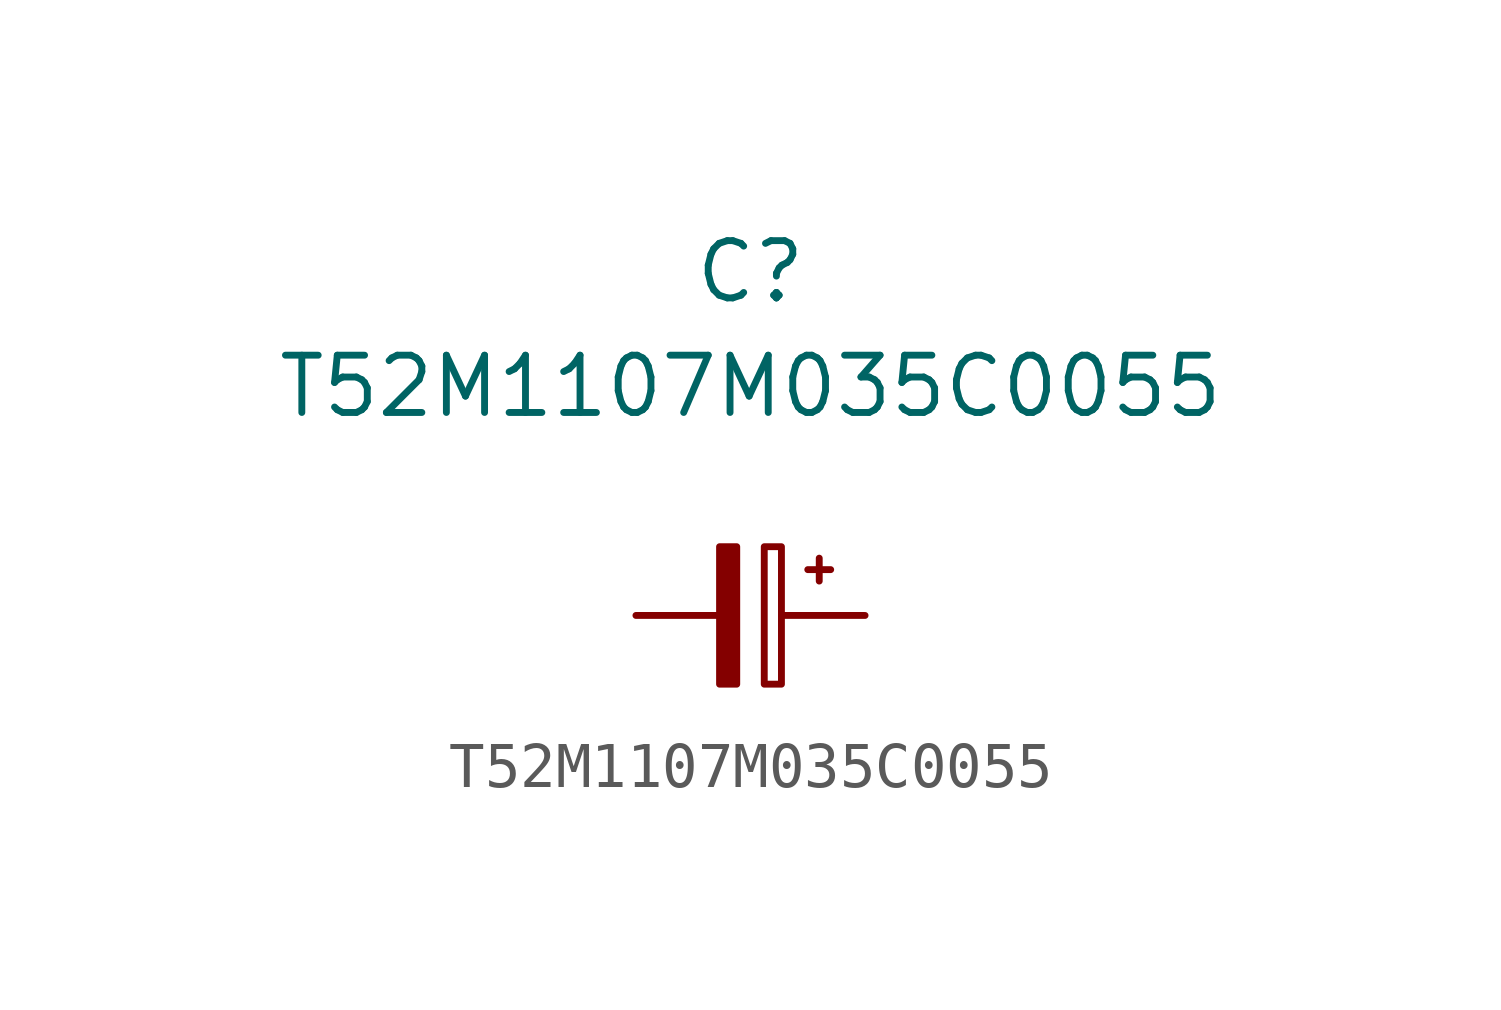
<source format=kicad_sym>
(kicad_symbol_lib
  (version 20241209)
  (generator "kicad_symbol_editor")
  (generator_version "9.0")
  (symbol "T52M1107M035C0055"
    (pin_numbers
      (hide yes))
    (pin_names
      (hide yes))
    (property "Reference" "C"
      (at 0 7.62 0)
      (effects (font (size 1.27 1.27))))
    (property "Value" "T52M1107M035C0055"
      (at 0 5.08 0)
      (effects (font (size 1.27 1.27))))
    (symbol "T52M1107M035C0055_0_1"
      (rectangle (start -0.305 1.524) (end -0.686 -1.524) (stroke (width 0) (type default)) (fill (type outline)))
      (rectangle (start 0.686 1.524) (end 0.305 -1.524) (stroke (width 0) (type default)) (fill (type none)))
      (polyline (pts (xy 1.27 1.016) (xy 1.778 1.016)) (stroke (width 0) (type default)) (fill (type none)))
      (polyline (pts (xy 1.524 1.27) (xy 1.524 0.762)) (stroke (width 0) (type default)) (fill (type none))))
    (symbol "T52M1107M035C0055_1_1"
      (pin passive line (at -2.54 0 0) (length 1.854) (name "~" (effects (font (size 1.27 1.27)))) (number "2" (effects (font (size 1.27 1.27)))))
      (pin passive line (at 2.54 0 180) (length 1.854) (name "~" (effects (font (size 1.27 1.27)))) (number "1" (effects (font (size 1.27 1.27))))))))
</source>
